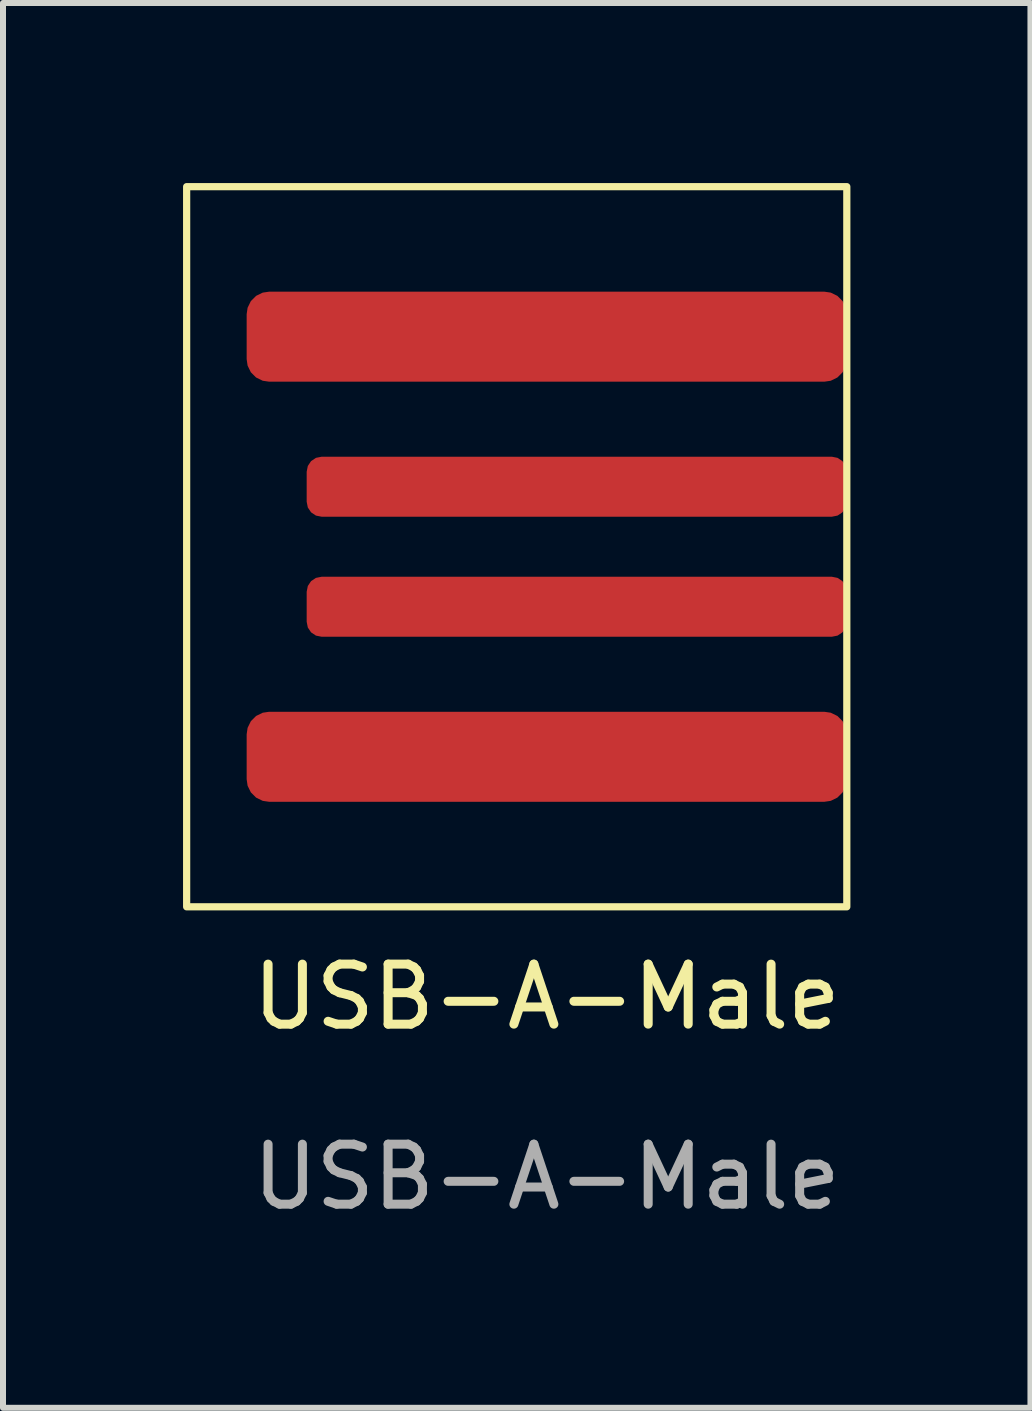
<source format=kicad_pcb>
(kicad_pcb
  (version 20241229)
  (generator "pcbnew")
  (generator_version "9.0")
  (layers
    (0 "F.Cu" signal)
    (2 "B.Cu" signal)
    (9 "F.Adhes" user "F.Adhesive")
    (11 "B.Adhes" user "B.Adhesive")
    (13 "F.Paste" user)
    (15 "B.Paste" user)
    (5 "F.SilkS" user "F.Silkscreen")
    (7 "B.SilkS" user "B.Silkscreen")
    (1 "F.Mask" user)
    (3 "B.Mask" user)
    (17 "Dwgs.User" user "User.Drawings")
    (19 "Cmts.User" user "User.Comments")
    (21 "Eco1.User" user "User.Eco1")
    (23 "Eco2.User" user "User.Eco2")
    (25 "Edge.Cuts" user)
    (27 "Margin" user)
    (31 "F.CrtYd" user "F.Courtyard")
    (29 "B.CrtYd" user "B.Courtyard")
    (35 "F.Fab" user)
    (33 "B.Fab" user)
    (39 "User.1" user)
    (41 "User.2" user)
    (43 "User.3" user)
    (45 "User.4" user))
  (footprint "USB-A-Male"
    (layer "F.Cu")
    (at 7.06 15.06)
    (property "Reference" "USB-A-Male" (at -1 -1.5 0) (unlocked yes) (layer "F.SilkS") (effects (font (size 1 1) (thickness 0.15))))
    (attr smd)
    (fp_rect (start -7 -15) (end 4 -3) (stroke (width 0.12) (type solid)) (fill no) (layer "F.SilkS"))
    (fp_text user "${REFERENCE}" (at -1 1.5 0) (unlocked yes) (layer "F.Fab") (effects (font (size 1 1) (thickness 0.15))))
    (pad "1" smd roundrect (at -1 -5.5) (size 10 1.5) (layers "F.Cu" "F.Mask" "F.Paste") (roundrect_rratio 0.25))
    (pad "2" smd roundrect (at -0.5 -8) (size 9 1) (layers "F.Cu" "F.Mask" "F.Paste") (roundrect_rratio 0.25))
    (pad "3" smd roundrect (at -0.5 -10) (size 9 1) (layers "F.Cu" "F.Mask" "F.Paste") (roundrect_rratio 0.25))
    (pad "4" smd roundrect (at -1 -12.5) (size 10 1.5) (layers "F.Cu" "F.Mask" "F.Paste") (roundrect_rratio 0.25)))
  (gr_rect
    (start -3 -3)
    (end 14.12 20.408)
    (stroke (width 0.1) (type default))
    (fill no)
    (layer "Edge.Cuts")))
</source>
